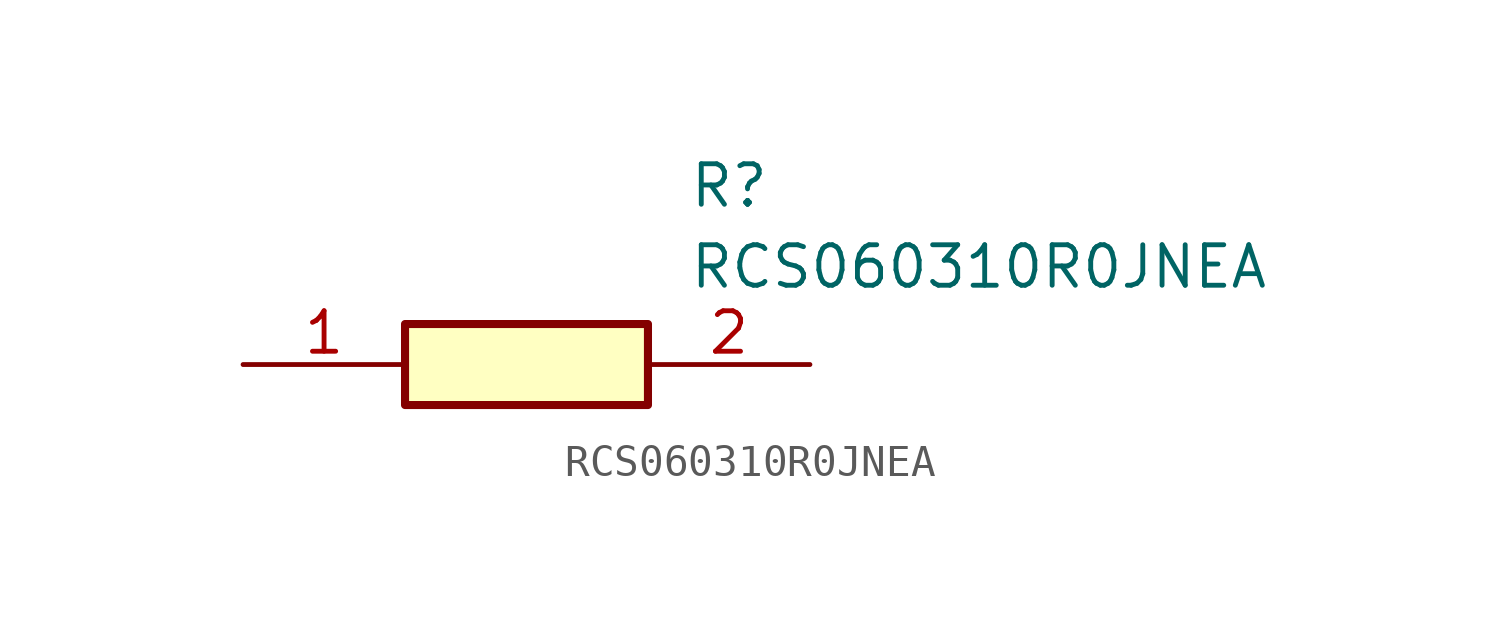
<source format=kicad_sym>
(kicad_symbol_lib
  (version 20211014)
  (generator SamacSys_ECAD_Model)
  (symbol "RCS060310R0JNEA"
    (pin_names hide)
    (property "Reference" "R"
      (at 13.97 6.35 0)
      (effects (font (size 1.27 1.27)) (justify left top)))
    (property "Value" "RCS060310R0JNEA"
      (at 13.97 3.81 0)
      (effects (font (size 1.27 1.27)) (justify left top)))
    (rectangle
      (start 5.08 1.27)
      (end 12.7 -1.27)
      (stroke (width 0.254) (type default))
      (fill (type background)))
    (pin passive line
      (at 0 0 0)
      (length 5.08)
      (name "1" (effects (font (size 1.27 1.27))))
      (number "1" (effects (font (size 1.27 1.27)))))
    (pin passive line
      (at 17.78 0 180)
      (length 5.08)
      (name "2" (effects (font (size 1.27 1.27))))
      (number "2" (effects (font (size 1.27 1.27)))))))
</source>
